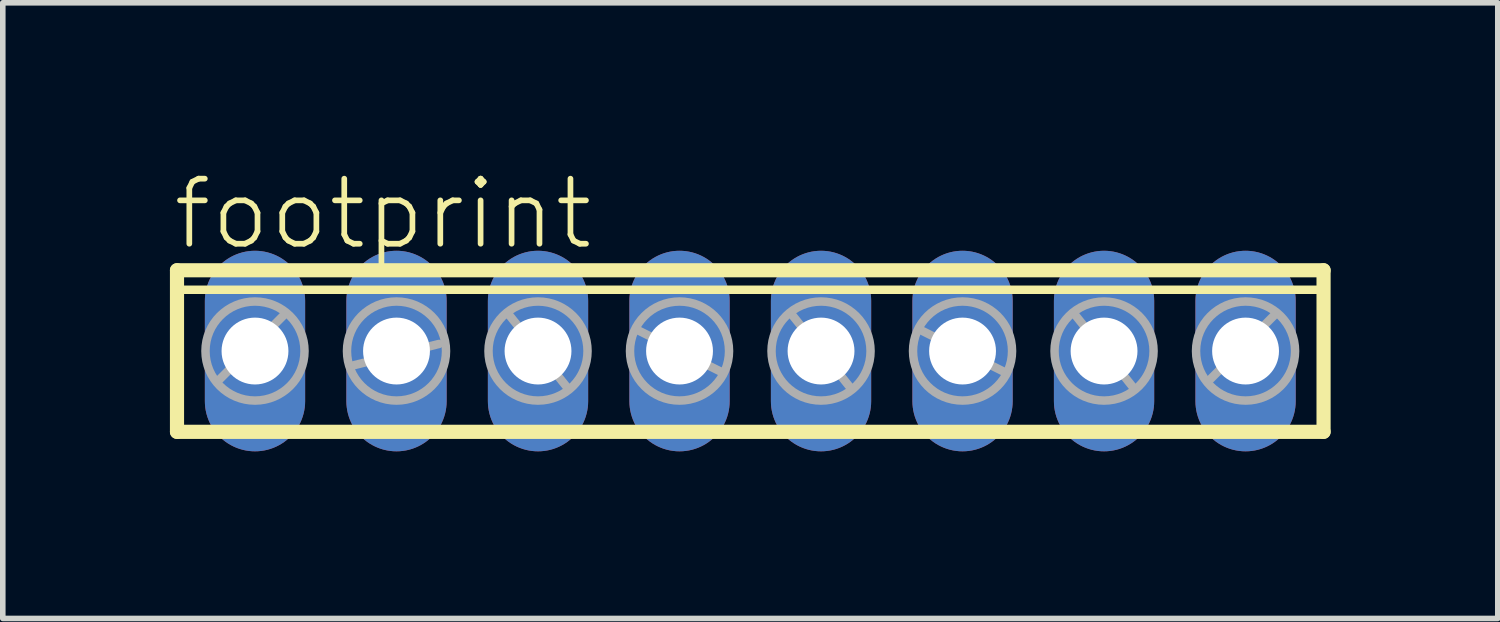
<source format=kicad_pcb>
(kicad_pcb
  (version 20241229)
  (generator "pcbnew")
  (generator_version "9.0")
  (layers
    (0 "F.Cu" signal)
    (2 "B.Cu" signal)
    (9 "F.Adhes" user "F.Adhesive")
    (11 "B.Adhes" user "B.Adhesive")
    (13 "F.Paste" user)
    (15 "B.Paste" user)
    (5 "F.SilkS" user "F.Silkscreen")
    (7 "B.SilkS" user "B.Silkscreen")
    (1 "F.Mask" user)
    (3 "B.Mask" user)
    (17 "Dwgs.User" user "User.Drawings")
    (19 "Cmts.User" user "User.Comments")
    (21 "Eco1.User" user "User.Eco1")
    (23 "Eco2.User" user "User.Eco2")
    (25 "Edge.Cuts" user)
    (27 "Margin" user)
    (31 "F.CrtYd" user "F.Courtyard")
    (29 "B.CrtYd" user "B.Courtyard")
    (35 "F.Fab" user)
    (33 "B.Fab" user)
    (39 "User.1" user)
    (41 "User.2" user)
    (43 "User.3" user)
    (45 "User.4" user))
  (footprint "footprint"
    (layer "F.Cu")
    (at 10.417 3.251)
    (property "Reference" "footprint" (at -10.414 -1.778 0) (layer "F.SilkS") (effects (font (size 1.168 1.168) (thickness 0.102)) (justify left bottom)))
    (fp_line (start -10.29 -1.45) (end -10.29 1.45) (stroke (width 0.254) (type solid)) (layer "F.SilkS"))
    (fp_line (start -10.29 1.45) (end 10.29 1.45) (stroke (width 0.254) (type solid)) (layer "F.SilkS"))
    (fp_line (start -10.18 -1.1) (end 10.18 -1.1) (stroke (width 0.152) (type solid)) (layer "F.SilkS"))
    (fp_line (start 10.29 -1.45) (end -10.29 -1.45) (stroke (width 0.254) (type solid)) (layer "F.SilkS"))
    (fp_line (start 10.29 1.45) (end 10.29 -1.45) (stroke (width 0.254) (type solid)) (layer "F.SilkS"))
    (fp_line (start -9.525 0.508) (end -8.382 -0.635) (stroke (width 0.152) (type solid)) (layer "F.Fab"))
    (fp_line (start -7.112 0.254) (end -5.588 -0.127) (stroke (width 0.152) (type solid)) (layer "F.Fab"))
    (fp_line (start -4.318 -0.635) (end -3.302 0.635) (stroke (width 0.152) (type solid)) (layer "F.Fab"))
    (fp_line (start -2.032 -0.381) (end -0.508 0.381) (stroke (width 0.152) (type solid)) (layer "F.Fab"))
    (fp_line (start 0.762 -0.635) (end 1.778 0.635) (stroke (width 0.152) (type solid)) (layer "F.Fab"))
    (fp_line (start 3.048 -0.381) (end 4.572 0.381) (stroke (width 0.152) (type solid)) (layer "F.Fab"))
    (fp_line (start 5.842 -0.635) (end 6.858 0.635) (stroke (width 0.152) (type solid)) (layer "F.Fab"))
    (fp_line (start 8.255 0.508) (end 9.398 -0.635) (stroke (width 0.152) (type solid)) (layer "F.Fab"))
    (fp_circle (center -8.89 0) (end -8.001 0) (stroke (width 0.152) (type solid)) (fill no) (layer "F.Fab"))
    (fp_circle (center -6.35 0) (end -5.461 0) (stroke (width 0.152) (type solid)) (fill no) (layer "F.Fab"))
    (fp_circle (center -3.81 0) (end -2.921 0) (stroke (width 0.152) (type solid)) (fill no) (layer "F.Fab"))
    (fp_circle (center -1.27 0) (end -0.381 0) (stroke (width 0.152) (type solid)) (fill no) (layer "F.Fab"))
    (fp_circle (center 1.27 0) (end 2.159 0) (stroke (width 0.152) (type solid)) (fill no) (layer "F.Fab"))
    (fp_circle (center 3.81 0) (end 4.699 0) (stroke (width 0.152) (type solid)) (fill no) (layer "F.Fab"))
    (fp_circle (center 6.35 0) (end 7.239 0) (stroke (width 0.152) (type solid)) (fill no) (layer "F.Fab"))
    (fp_circle (center 8.89 0) (end 9.779 0) (stroke (width 0.152) (type solid)) (fill no) (layer "F.Fab"))
    (pad "1" thru_hole oval (at -8.89 0 90) (size 3.6 1.8) (drill 1.2) (layers "*.Cu" "*.Mask"))
    (pad "2" thru_hole oval (at -6.35 0 90) (size 3.6 1.8) (drill 1.2) (layers "*.Cu" "*.Mask"))
    (pad "3" thru_hole oval (at -3.81 0 90) (size 3.6 1.8) (drill 1.2) (layers "*.Cu" "*.Mask"))
    (pad "4" thru_hole oval (at -1.27 0 90) (size 3.6 1.8) (drill 1.2) (layers "*.Cu" "*.Mask"))
    (pad "5" thru_hole oval (at 1.27 0 90) (size 3.6 1.8) (drill 1.2) (layers "*.Cu" "*.Mask"))
    (pad "6" thru_hole oval (at 3.81 0 90) (size 3.6 1.8) (drill 1.2) (layers "*.Cu" "*.Mask"))
    (pad "7" thru_hole oval (at 6.35 0 90) (size 3.6 1.8) (drill 1.2) (layers "*.Cu" "*.Mask"))
    (pad "8" thru_hole oval (at 8.89 0 90) (size 3.6 1.8) (drill 1.2) (layers "*.Cu" "*.Mask")))
  (gr_rect
    (start -3 -3)
    (end 23.834 8.051)
    (stroke (width 0.1) (type default))
    (fill no)
    (layer "Edge.Cuts")))
</source>
